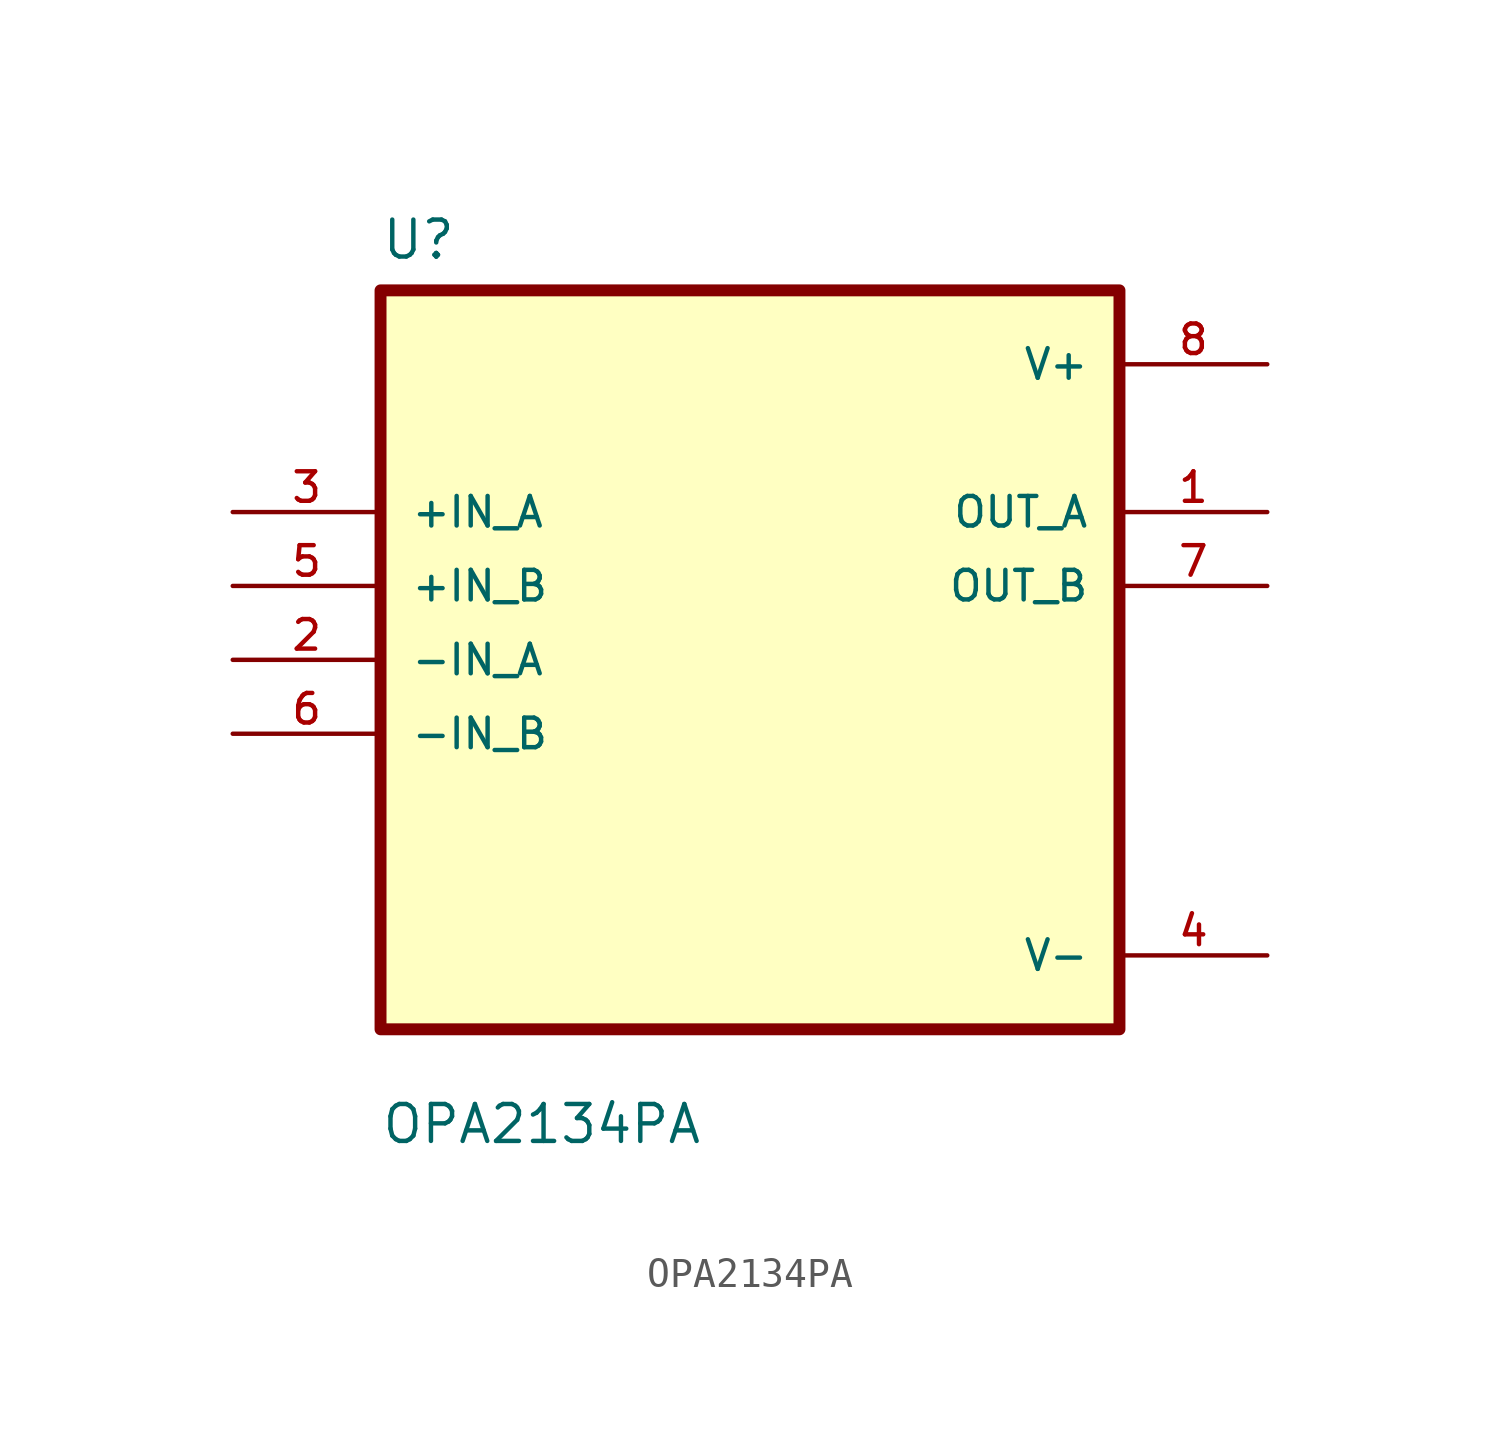
<source format=kicad_sym>
(kicad_symbol_lib
  (version 20241209)
  (generator "kicad_symbol_editor")
  (generator_version "9.0")
  (symbol "OPA2134PA"
    (pin_names
      (offset 1.016))
    (property "Reference" "U"
      (at -12.7 13.7 0)
      (effects (font (size 1.27 1.27)) (justify left bottom)))
    (property "Value" "OPA2134PA"
      (at -12.7 -16.7 0)
      (effects (font (size 1.27 1.27)) (justify left bottom)))
    (symbol "OPA2134PA_0_0"
      (rectangle (start -12.7 12.7) (end 12.7 -12.7) (stroke (width 0.41) (type default)) (fill (type background)))
      (pin input line (at -17.78 5.08 0) (length 5.08) (name "+IN_A" (effects (font (size 1.016 1.016)))) (number "3" (effects (font (size 1.016 1.016)))))
      (pin input line (at -17.78 2.54 0) (length 5.08) (name "+IN_B" (effects (font (size 1.016 1.016)))) (number "5" (effects (font (size 1.016 1.016)))))
      (pin input line (at -17.78 0 0) (length 5.08) (name "-IN_A" (effects (font (size 1.016 1.016)))) (number "2" (effects (font (size 1.016 1.016)))))
      (pin input line (at -17.78 -2.54 0) (length 5.08) (name "-IN_B" (effects (font (size 1.016 1.016)))) (number "6" (effects (font (size 1.016 1.016)))))
      (pin power_in line (at 17.78 10.16 180) (length 5.08) (name "V+" (effects (font (size 1.016 1.016)))) (number "8" (effects (font (size 1.016 1.016)))))
      (pin output line (at 17.78 5.08 180) (length 5.08) (name "OUT_A" (effects (font (size 1.016 1.016)))) (number "1" (effects (font (size 1.016 1.016)))))
      (pin output line (at 17.78 2.54 180) (length 5.08) (name "OUT_B" (effects (font (size 1.016 1.016)))) (number "7" (effects (font (size 1.016 1.016)))))
      (pin power_in line (at 17.78 -10.16 180) (length 5.08) (name "V-" (effects (font (size 1.016 1.016)))) (number "4" (effects (font (size 1.016 1.016))))))))
</source>
